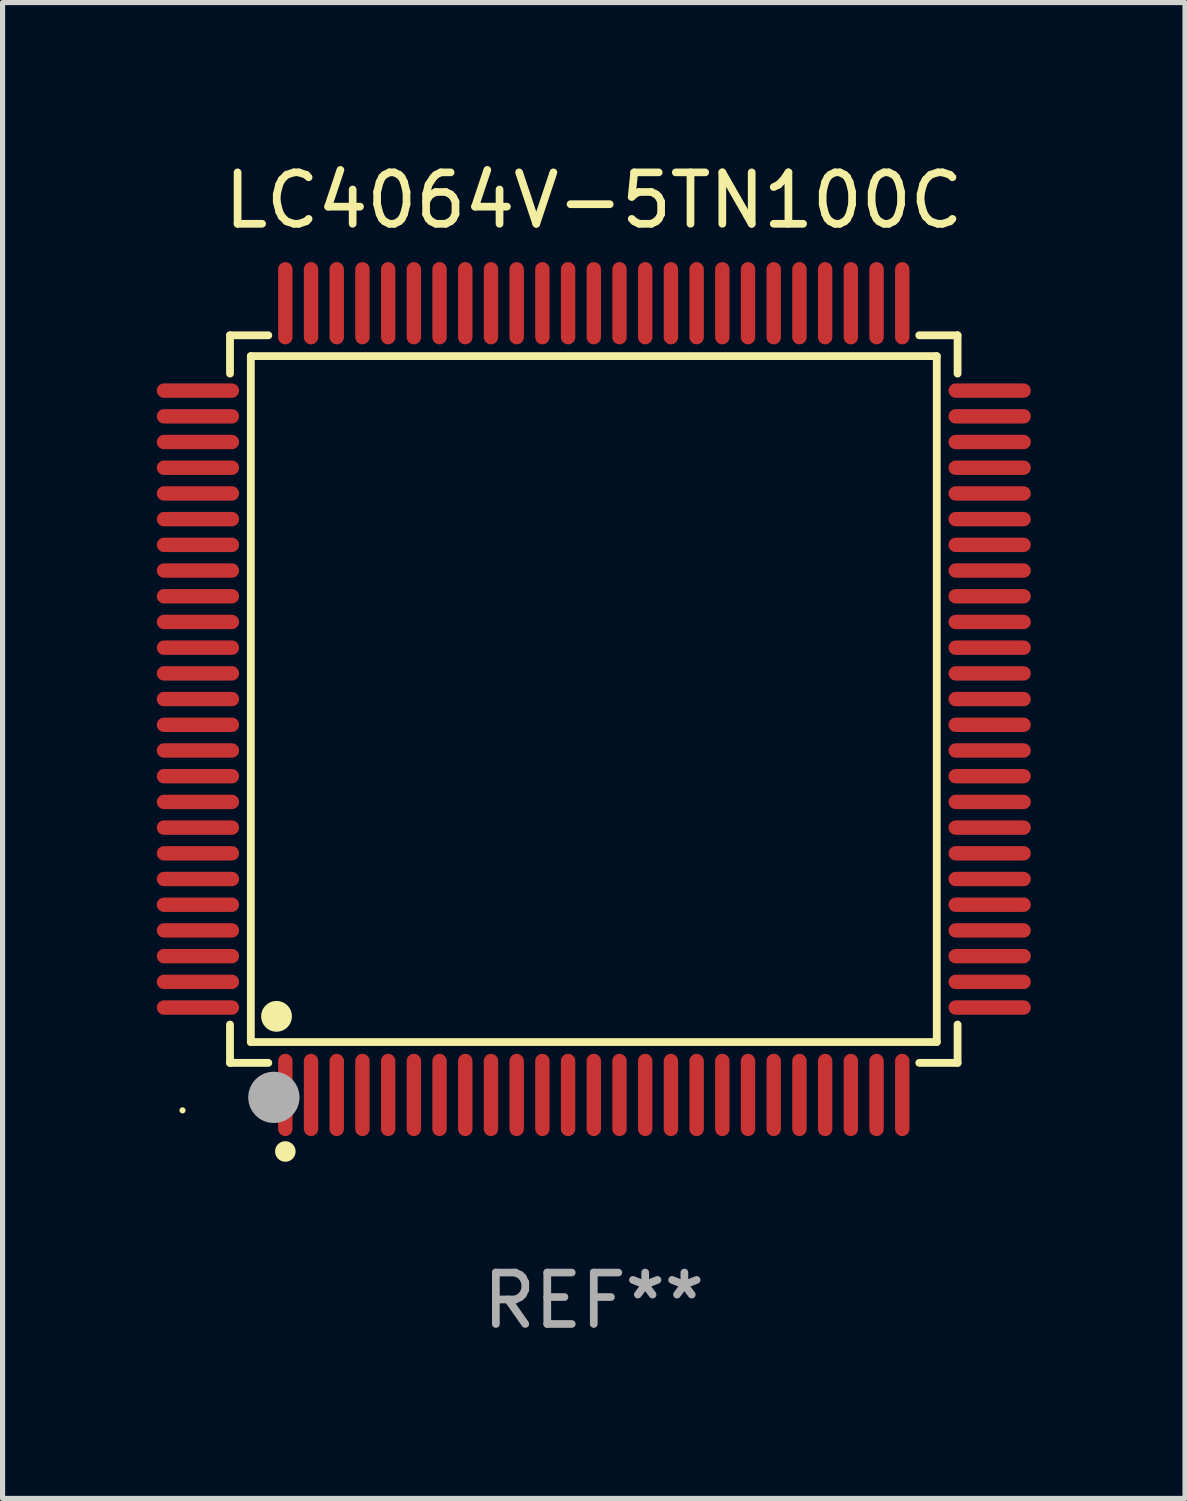
<source format=kicad_pcb>
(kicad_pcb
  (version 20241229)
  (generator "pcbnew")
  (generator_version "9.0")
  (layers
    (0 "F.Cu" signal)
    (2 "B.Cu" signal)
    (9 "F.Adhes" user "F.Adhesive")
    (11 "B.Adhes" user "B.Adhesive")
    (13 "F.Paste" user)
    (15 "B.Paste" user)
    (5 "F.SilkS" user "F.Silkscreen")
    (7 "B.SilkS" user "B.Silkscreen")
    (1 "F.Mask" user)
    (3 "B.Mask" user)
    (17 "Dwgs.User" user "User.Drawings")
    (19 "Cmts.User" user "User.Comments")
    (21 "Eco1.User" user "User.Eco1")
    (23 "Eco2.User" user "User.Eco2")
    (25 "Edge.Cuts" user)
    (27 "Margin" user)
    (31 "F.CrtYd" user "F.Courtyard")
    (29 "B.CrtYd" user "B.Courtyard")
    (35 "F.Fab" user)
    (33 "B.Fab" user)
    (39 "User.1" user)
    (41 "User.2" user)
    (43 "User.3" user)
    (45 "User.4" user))
  (footprint "LC4064V-5TN100C"
    (layer "F.Cu")
    (at 8.5 10.548)
    (property "Reference" "LC4064V-5TN100C" (at 0 -9.7 0) (layer "F.SilkS") (effects (font (size 1 1) (thickness 0.15))))
    (attr through_hole)
    (fp_line (start -7.076 -7.076) (end -6.331 -7.076) (stroke (width 0.152) (type solid)) (layer "F.SilkS"))
    (fp_line (start -7.076 -6.331) (end -7.076 -7.076) (stroke (width 0.152) (type solid)) (layer "F.SilkS"))
    (fp_line (start -7.076 6.331) (end -7.076 7.076) (stroke (width 0.152) (type solid)) (layer "F.SilkS"))
    (fp_line (start -7.076 7.076) (end -6.331 7.076) (stroke (width 0.152) (type solid)) (layer "F.SilkS"))
    (fp_line (start -6.671 -6.671) (end 6.671 -6.671) (stroke (width 0.152) (type solid)) (layer "F.SilkS"))
    (fp_line (start -6.671 6.671) (end -6.671 -6.671) (stroke (width 0.152) (type solid)) (layer "F.SilkS"))
    (fp_line (start 6.671 -6.671) (end 6.671 6.671) (stroke (width 0.152) (type solid)) (layer "F.SilkS"))
    (fp_line (start 6.671 6.671) (end -6.671 6.671) (stroke (width 0.152) (type solid)) (layer "F.SilkS"))
    (fp_line (start 7.076 -7.076) (end 6.331 -7.076) (stroke (width 0.152) (type solid)) (layer "F.SilkS"))
    (fp_line (start 7.076 -6.331) (end 7.076 -7.076) (stroke (width 0.152) (type solid)) (layer "F.SilkS"))
    (fp_line (start 7.076 6.331) (end 7.076 7.076) (stroke (width 0.152) (type solid)) (layer "F.SilkS"))
    (fp_line (start 7.076 7.076) (end 6.331 7.076) (stroke (width 0.152) (type solid)) (layer "F.SilkS"))
    (fp_circle (center -8 8) (end -7.97 8) (stroke (width 0.06) (type solid)) (fill no) (layer "F.SilkS"))
    (fp_circle (center -6.171 6.171) (end -6.021 6.171) (stroke (width 0.3) (type solid)) (fill no) (layer "F.SilkS"))
    (fp_circle (center -6 8.8) (end -5.9 8.8) (stroke (width 0.2) (type solid)) (fill no) (layer "F.SilkS"))
    (fp_circle (center -6.223 7.747) (end -5.973 7.747) (stroke (width 0.5) (type solid)) (fill no) (layer "F.Fab"))
    (fp_text user "REF**" (at 0 11.7 0) (layer "F.Fab") (effects (font (size 1 1) (thickness 0.15))))
    (pad "1" smd oval (at -6 7.7) (size 0.28 1.6) (layers "F.Cu" "F.Mask" "F.Paste"))
    (pad "2" smd oval (at -5.5 7.7) (size 0.28 1.6) (layers "F.Cu" "F.Mask" "F.Paste"))
    (pad "3" smd oval (at -5 7.7) (size 0.28 1.6) (layers "F.Cu" "F.Mask" "F.Paste"))
    (pad "4" smd oval (at -4.5 7.7) (size 0.28 1.6) (layers "F.Cu" "F.Mask" "F.Paste"))
    (pad "5" smd oval (at -4 7.7) (size 0.28 1.6) (layers "F.Cu" "F.Mask" "F.Paste"))
    (pad "6" smd oval (at -3.5 7.7) (size 0.28 1.6) (layers "F.Cu" "F.Mask" "F.Paste"))
    (pad "7" smd oval (at -3 7.7) (size 0.28 1.6) (layers "F.Cu" "F.Mask" "F.Paste"))
    (pad "8" smd oval (at -2.5 7.7) (size 0.28 1.6) (layers "F.Cu" "F.Mask" "F.Paste"))
    (pad "9" smd oval (at -2 7.7) (size 0.28 1.6) (layers "F.Cu" "F.Mask" "F.Paste"))
    (pad "10" smd oval (at -1.5 7.7) (size 0.28 1.6) (layers "F.Cu" "F.Mask" "F.Paste"))
    (pad "11" smd oval (at -1 7.7) (size 0.28 1.6) (layers "F.Cu" "F.Mask" "F.Paste"))
    (pad "12" smd oval (at -0.5 7.7) (size 0.28 1.6) (layers "F.Cu" "F.Mask" "F.Paste"))
    (pad "13" smd oval (at 0 7.7) (size 0.28 1.6) (layers "F.Cu" "F.Mask" "F.Paste"))
    (pad "14" smd oval (at 0.5 7.7) (size 0.28 1.6) (layers "F.Cu" "F.Mask" "F.Paste"))
    (pad "15" smd oval (at 1 7.7) (size 0.28 1.6) (layers "F.Cu" "F.Mask" "F.Paste"))
    (pad "16" smd oval (at 1.5 7.7) (size 0.28 1.6) (layers "F.Cu" "F.Mask" "F.Paste"))
    (pad "17" smd oval (at 2 7.7) (size 0.28 1.6) (layers "F.Cu" "F.Mask" "F.Paste"))
    (pad "18" smd oval (at 2.5 7.7) (size 0.28 1.6) (layers "F.Cu" "F.Mask" "F.Paste"))
    (pad "19" smd oval (at 3 7.7) (size 0.28 1.6) (layers "F.Cu" "F.Mask" "F.Paste"))
    (pad "20" smd oval (at 3.5 7.7) (size 0.28 1.6) (layers "F.Cu" "F.Mask" "F.Paste"))
    (pad "21" smd oval (at 4 7.7) (size 0.28 1.6) (layers "F.Cu" "F.Mask" "F.Paste"))
    (pad "22" smd oval (at 4.5 7.7) (size 0.28 1.6) (layers "F.Cu" "F.Mask" "F.Paste"))
    (pad "23" smd oval (at 5 7.7) (size 0.28 1.6) (layers "F.Cu" "F.Mask" "F.Paste"))
    (pad "24" smd oval (at 5.5 7.7) (size 0.28 1.6) (layers "F.Cu" "F.Mask" "F.Paste"))
    (pad "25" smd oval (at 6 7.7) (size 0.28 1.6) (layers "F.Cu" "F.Mask" "F.Paste"))
    (pad "26" smd oval (at 7.7 6) (size 1.6 0.28) (layers "F.Cu" "F.Mask" "F.Paste"))
    (pad "27" smd oval (at 7.7 5.5) (size 1.6 0.28) (layers "F.Cu" "F.Mask" "F.Paste"))
    (pad "28" smd oval (at 7.7 5) (size 1.6 0.28) (layers "F.Cu" "F.Mask" "F.Paste"))
    (pad "29" smd oval (at 7.7 4.5) (size 1.6 0.28) (layers "F.Cu" "F.Mask" "F.Paste"))
    (pad "30" smd oval (at 7.7 4) (size 1.6 0.28) (layers "F.Cu" "F.Mask" "F.Paste"))
    (pad "31" smd oval (at 7.7 3.5) (size 1.6 0.28) (layers "F.Cu" "F.Mask" "F.Paste"))
    (pad "32" smd oval (at 7.7 3) (size 1.6 0.28) (layers "F.Cu" "F.Mask" "F.Paste"))
    (pad "33" smd oval (at 7.7 2.5) (size 1.6 0.28) (layers "F.Cu" "F.Mask" "F.Paste"))
    (pad "34" smd oval (at 7.7 2) (size 1.6 0.28) (layers "F.Cu" "F.Mask" "F.Paste"))
    (pad "35" smd oval (at 7.7 1.5) (size 1.6 0.28) (layers "F.Cu" "F.Mask" "F.Paste"))
    (pad "36" smd oval (at 7.7 1) (size 1.6 0.28) (layers "F.Cu" "F.Mask" "F.Paste"))
    (pad "37" smd oval (at 7.7 0.5) (size 1.6 0.28) (layers "F.Cu" "F.Mask" "F.Paste"))
    (pad "38" smd oval (at 7.7 0) (size 1.6 0.28) (layers "F.Cu" "F.Mask" "F.Paste"))
    (pad "39" smd oval (at 7.7 -0.5) (size 1.6 0.28) (layers "F.Cu" "F.Mask" "F.Paste"))
    (pad "40" smd oval (at 7.7 -1) (size 1.6 0.28) (layers "F.Cu" "F.Mask" "F.Paste"))
    (pad "41" smd oval (at 7.7 -1.5) (size 1.6 0.28) (layers "F.Cu" "F.Mask" "F.Paste"))
    (pad "42" smd oval (at 7.7 -2) (size 1.6 0.28) (layers "F.Cu" "F.Mask" "F.Paste"))
    (pad "43" smd oval (at 7.7 -2.5) (size 1.6 0.28) (layers "F.Cu" "F.Mask" "F.Paste"))
    (pad "44" smd oval (at 7.7 -3) (size 1.6 0.28) (layers "F.Cu" "F.Mask" "F.Paste"))
    (pad "45" smd oval (at 7.7 -3.5) (size 1.6 0.28) (layers "F.Cu" "F.Mask" "F.Paste"))
    (pad "46" smd oval (at 7.7 -4) (size 1.6 0.28) (layers "F.Cu" "F.Mask" "F.Paste"))
    (pad "47" smd oval (at 7.7 -4.5) (size 1.6 0.28) (layers "F.Cu" "F.Mask" "F.Paste"))
    (pad "48" smd oval (at 7.7 -5) (size 1.6 0.28) (layers "F.Cu" "F.Mask" "F.Paste"))
    (pad "49" smd oval (at 7.7 -5.5) (size 1.6 0.28) (layers "F.Cu" "F.Mask" "F.Paste"))
    (pad "50" smd oval (at 7.7 -6) (size 1.6 0.28) (layers "F.Cu" "F.Mask" "F.Paste"))
    (pad "51" smd oval (at 6 -7.7) (size 0.28 1.6) (layers "F.Cu" "F.Mask" "F.Paste"))
    (pad "52" smd oval (at 5.5 -7.7) (size 0.28 1.6) (layers "F.Cu" "F.Mask" "F.Paste"))
    (pad "53" smd oval (at 5 -7.7) (size 0.28 1.6) (layers "F.Cu" "F.Mask" "F.Paste"))
    (pad "54" smd oval (at 4.5 -7.7) (size 0.28 1.6) (layers "F.Cu" "F.Mask" "F.Paste"))
    (pad "55" smd oval (at 4 -7.7) (size 0.28 1.6) (layers "F.Cu" "F.Mask" "F.Paste"))
    (pad "56" smd oval (at 3.5 -7.7) (size 0.28 1.6) (layers "F.Cu" "F.Mask" "F.Paste"))
    (pad "57" smd oval (at 3 -7.7) (size 0.28 1.6) (layers "F.Cu" "F.Mask" "F.Paste"))
    (pad "58" smd oval (at 2.5 -7.7) (size 0.28 1.6) (layers "F.Cu" "F.Mask" "F.Paste"))
    (pad "59" smd oval (at 2 -7.7) (size 0.28 1.6) (layers "F.Cu" "F.Mask" "F.Paste"))
    (pad "60" smd oval (at 1.5 -7.7) (size 0.28 1.6) (layers "F.Cu" "F.Mask" "F.Paste"))
    (pad "61" smd oval (at 1 -7.7) (size 0.28 1.6) (layers "F.Cu" "F.Mask" "F.Paste"))
    (pad "62" smd oval (at 0.5 -7.7) (size 0.28 1.6) (layers "F.Cu" "F.Mask" "F.Paste"))
    (pad "63" smd oval (at 0 -7.7) (size 0.28 1.6) (layers "F.Cu" "F.Mask" "F.Paste"))
    (pad "64" smd oval (at -0.5 -7.7) (size 0.28 1.6) (layers "F.Cu" "F.Mask" "F.Paste"))
    (pad "65" smd oval (at -1 -7.7) (size 0.28 1.6) (layers "F.Cu" "F.Mask" "F.Paste"))
    (pad "66" smd oval (at -1.5 -7.7) (size 0.28 1.6) (layers "F.Cu" "F.Mask" "F.Paste"))
    (pad "67" smd oval (at -2 -7.7) (size 0.28 1.6) (layers "F.Cu" "F.Mask" "F.Paste"))
    (pad "68" smd oval (at -2.5 -7.7) (size 0.28 1.6) (layers "F.Cu" "F.Mask" "F.Paste"))
    (pad "69" smd oval (at -3 -7.7) (size 0.28 1.6) (layers "F.Cu" "F.Mask" "F.Paste"))
    (pad "70" smd oval (at -3.5 -7.7) (size 0.28 1.6) (layers "F.Cu" "F.Mask" "F.Paste"))
    (pad "71" smd oval (at -4 -7.7) (size 0.28 1.6) (layers "F.Cu" "F.Mask" "F.Paste"))
    (pad "72" smd oval (at -4.5 -7.7) (size 0.28 1.6) (layers "F.Cu" "F.Mask" "F.Paste"))
    (pad "73" smd oval (at -5 -7.7) (size 0.28 1.6) (layers "F.Cu" "F.Mask" "F.Paste"))
    (pad "74" smd oval (at -5.5 -7.7) (size 0.28 1.6) (layers "F.Cu" "F.Mask" "F.Paste"))
    (pad "75" smd oval (at -6 -7.7) (size 0.28 1.6) (layers "F.Cu" "F.Mask" "F.Paste"))
    (pad "76" smd oval (at -7.7 -6) (size 1.6 0.28) (layers "F.Cu" "F.Mask" "F.Paste"))
    (pad "77" smd oval (at -7.7 -5.5) (size 1.6 0.28) (layers "F.Cu" "F.Mask" "F.Paste"))
    (pad "78" smd oval (at -7.7 -5) (size 1.6 0.28) (layers "F.Cu" "F.Mask" "F.Paste"))
    (pad "79" smd oval (at -7.7 -4.5) (size 1.6 0.28) (layers "F.Cu" "F.Mask" "F.Paste"))
    (pad "80" smd oval (at -7.7 -4) (size 1.6 0.28) (layers "F.Cu" "F.Mask" "F.Paste"))
    (pad "81" smd oval (at -7.7 -3.5) (size 1.6 0.28) (layers "F.Cu" "F.Mask" "F.Paste"))
    (pad "82" smd oval (at -7.7 -3) (size 1.6 0.28) (layers "F.Cu" "F.Mask" "F.Paste"))
    (pad "83" smd oval (at -7.7 -2.5) (size 1.6 0.28) (layers "F.Cu" "F.Mask" "F.Paste"))
    (pad "84" smd oval (at -7.7 -2) (size 1.6 0.28) (layers "F.Cu" "F.Mask" "F.Paste"))
    (pad "85" smd oval (at -7.7 -1.5) (size 1.6 0.28) (layers "F.Cu" "F.Mask" "F.Paste"))
    (pad "86" smd oval (at -7.7 -1) (size 1.6 0.28) (layers "F.Cu" "F.Mask" "F.Paste"))
    (pad "87" smd oval (at -7.7 -0.5) (size 1.6 0.28) (layers "F.Cu" "F.Mask" "F.Paste"))
    (pad "88" smd oval (at -7.7 0) (size 1.6 0.28) (layers "F.Cu" "F.Mask" "F.Paste"))
    (pad "89" smd oval (at -7.7 0.5) (size 1.6 0.28) (layers "F.Cu" "F.Mask" "F.Paste"))
    (pad "90" smd oval (at -7.7 1) (size 1.6 0.28) (layers "F.Cu" "F.Mask" "F.Paste"))
    (pad "91" smd oval (at -7.7 1.5) (size 1.6 0.28) (layers "F.Cu" "F.Mask" "F.Paste"))
    (pad "92" smd oval (at -7.7 2) (size 1.6 0.28) (layers "F.Cu" "F.Mask" "F.Paste"))
    (pad "93" smd oval (at -7.7 2.5) (size 1.6 0.28) (layers "F.Cu" "F.Mask" "F.Paste"))
    (pad "94" smd oval (at -7.7 3) (size 1.6 0.28) (layers "F.Cu" "F.Mask" "F.Paste"))
    (pad "95" smd oval (at -7.7 3.5) (size 1.6 0.28) (layers "F.Cu" "F.Mask" "F.Paste"))
    (pad "96" smd oval (at -7.7 4) (size 1.6 0.28) (layers "F.Cu" "F.Mask" "F.Paste"))
    (pad "97" smd oval (at -7.7 4.5) (size 1.6 0.28) (layers "F.Cu" "F.Mask" "F.Paste"))
    (pad "98" smd oval (at -7.7 5) (size 1.6 0.28) (layers "F.Cu" "F.Mask" "F.Paste"))
    (pad "99" smd oval (at -7.7 5.5) (size 1.6 0.28) (layers "F.Cu" "F.Mask" "F.Paste"))
    (pad "100" smd oval (at -7.7 6) (size 1.6 0.28) (layers "F.Cu" "F.Mask" "F.Paste")))
  (gr_rect
    (start -3 -3)
    (end 20 26.097)
    (stroke (width 0.1) (type default))
    (fill no)
    (layer "Edge.Cuts")))
</source>
